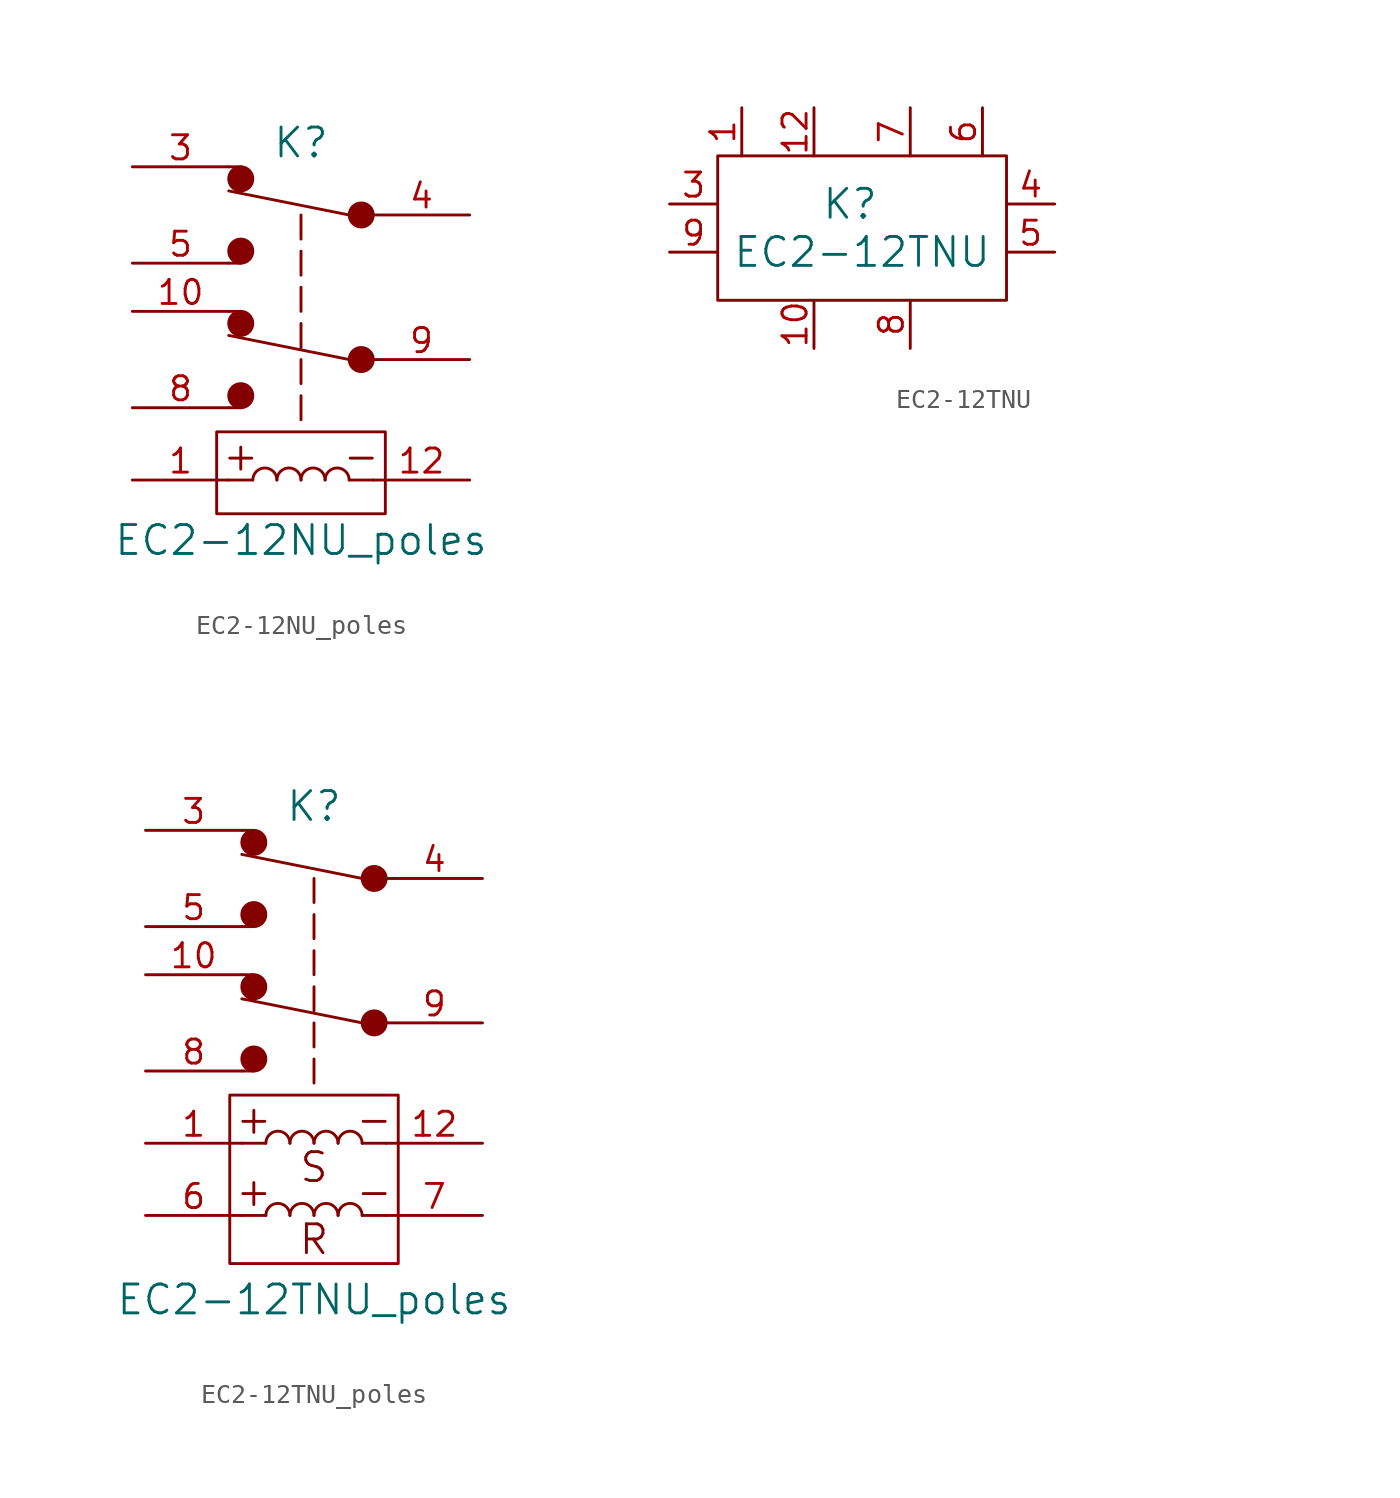
<source format=kicad_sym>
(kicad_symbol_lib
  (version 20211014)
  (generator kicad_symbol_editor)
  (symbol "EC2-12NU_poles"
    (pin_names
      (offset 1.016))
    (property "Reference" "K"
      (at 0 10.16 0)
      (effects (font (size 1.524 1.524))))
    (property "Value" "EC2-12NU_poles"
      (at 0 -10.795 0)
      (effects (font (size 1.524 1.524))))
    (property "Footprint" ""
      (at 0 -1.27 0)
      (effects (font (size 1.524 1.524))))
    (property "Datasheet" ""
      (at 0 -1.27 0)
      (effects (font (size 1.524 1.524))))
    (symbol "EC2-12NU_poles_0_0"
      (text "+" (at -3.175 -6.35 0) (effects (font (size 1.524 1.524))))
      (text "-" (at 3.175 -6.35 0) (effects (font (size 1.524 1.524)))))
    (symbol "EC2-12NU_poles_0_1"
      (rectangle (start -4.445 -5.08) (end 4.445 -9.398) (stroke (width 0) (type default) (color 0 0 0 0)) (fill (type none)))
      (circle (center -3.175 -3.175) (radius 0.635) (stroke (width 0) (type default) (color 0 0 0 0)) (fill (type outline)))
      (circle (center -3.175 0.635) (radius 0.635) (stroke (width 0) (type default) (color 0 0 0 0)) (fill (type outline)))
      (circle (center -3.175 4.445) (radius 0.635) (stroke (width 0) (type default) (color 0 0 0 0)) (fill (type outline)))
      (circle (center -3.175 8.255) (radius 0.635) (stroke (width 0) (type default) (color 0 0 0 0)) (fill (type outline)))
      (arc (start -1.27 -7.62) (mid -1.905 -6.985) (end -2.54 -7.62) (stroke (width 0) (type default) (color 0 0 0 0)) (fill (type none)))
      (arc (start 0 -7.62) (mid -0.635 -6.985) (end -1.27 -7.62) (stroke (width 0) (type default) (color 0 0 0 0)) (fill (type none)))
      (polyline (pts (xy -3.81 -7.62) (xy -2.54 -7.62)) (stroke (width 0) (type default) (color 0 0 0 0)) (fill (type none)))
      (polyline (pts (xy -3.81 1.27) (xy -3.175 1.27)) (stroke (width 0) (type default) (color 0 0 0 0)) (fill (type none)))
      (polyline (pts (xy -3.81 8.89) (xy -3.175 8.89)) (stroke (width 0) (type default) (color 0 0 0 0)) (fill (type none)))
      (polyline (pts (xy -3.175 -3.81) (xy -3.81 -3.81)) (stroke (width 0) (type default) (color 0 0 0 0)) (fill (type none)))
      (polyline (pts (xy -3.175 3.81) (xy -3.81 3.81)) (stroke (width 0) (type default) (color 0 0 0 0)) (fill (type none)))
      (polyline (pts (xy 0 -3.175) (xy 0 -4.445)) (stroke (width 0) (type default) (color 0 0 0 0)) (fill (type none)))
      (polyline (pts (xy 0 -1.27) (xy 0 -2.54)) (stroke (width 0) (type default) (color 0 0 0 0)) (fill (type none)))
      (polyline (pts (xy 0 0.635) (xy 0 -0.635)) (stroke (width 0) (type default) (color 0 0 0 0)) (fill (type none)))
      (polyline (pts (xy 0 2.54) (xy 0 1.27)) (stroke (width 0) (type default) (color 0 0 0 0)) (fill (type none)))
      (polyline (pts (xy 0 4.445) (xy 0 3.175)) (stroke (width 0) (type default) (color 0 0 0 0)) (fill (type none)))
      (polyline (pts (xy 0 6.35) (xy 0 5.08)) (stroke (width 0) (type default) (color 0 0 0 0)) (fill (type none)))
      (polyline (pts (xy 2.54 -7.62) (xy 3.81 -7.62)) (stroke (width 0) (type default) (color 0 0 0 0)) (fill (type none)))
      (polyline (pts (xy 2.54 -1.27) (xy -3.81 0)) (stroke (width 0) (type default) (color 0 0 0 0)) (fill (type none)))
      (polyline (pts (xy 2.54 6.35) (xy -3.81 7.62)) (stroke (width 0) (type default) (color 0 0 0 0)) (fill (type none)))
      (arc (start 1.27 -7.62) (mid 0.635 -6.985) (end 0 -7.62) (stroke (width 0) (type default) (color 0 0 0 0)) (fill (type none)))
      (arc (start 2.54 -7.62) (mid 1.905 -6.985) (end 1.27 -7.62) (stroke (width 0) (type default) (color 0 0 0 0)) (fill (type none)))
      (circle (center 3.175 -1.27) (radius 0.635) (stroke (width 0) (type default) (color 0 0 0 0)) (fill (type outline)))
      (circle (center 3.175 6.35) (radius 0.635) (stroke (width 0) (type default) (color 0 0 0 0)) (fill (type outline))))
    (symbol "EC2-12NU_poles_1_1"
      (pin output line (at -8.89 -7.62 0) (length 5.08) (name "~" (effects (font (size 1.27 1.27)))) (number "1" (effects (font (size 1.27 1.27)))))
      (pin passive line (at -8.89 1.27 0) (length 5.08) (name "~" (effects (font (size 1.27 1.27)))) (number "10" (effects (font (size 1.27 1.27)))))
      (pin passive line (at 8.89 -7.62 180) (length 5.08) (name "~" (effects (font (size 1.27 1.27)))) (number "12" (effects (font (size 1.27 1.27)))))
      (pin passive line (at -8.89 8.89 0) (length 5.08) (name "~" (effects (font (size 1.27 1.27)))) (number "3" (effects (font (size 1.27 1.27)))))
      (pin passive line (at 8.89 6.35 180) (length 5.08) (name "~" (effects (font (size 1.27 1.27)))) (number "4" (effects (font (size 1.27 1.27)))))
      (pin passive line (at -8.89 3.81 0) (length 5.08) (name "~" (effects (font (size 1.27 1.27)))) (number "5" (effects (font (size 1.27 1.27)))))
      (pin passive line (at -8.89 -3.81 0) (length 5.08) (name "~" (effects (font (size 1.27 1.27)))) (number "8" (effects (font (size 1.27 1.27)))))
      (pin passive line (at 8.89 -1.27 180) (length 5.08) (name "~" (effects (font (size 1.27 1.27)))) (number "9" (effects (font (size 1.27 1.27)))))))
  (symbol "EC2-12TNU"
    (pin_names
      (offset 1.016))
    (property "Reference" "K"
      (at -0.635 1.27 0)
      (effects (font (size 1.524 1.524))))
    (property "Value" "EC2-12TNU"
      (at 0 -1.27 0)
      (effects (font (size 1.524 1.524))))
    (property "Footprint" ""
      (at 20.955 0 0)
      (effects (font (size 1.524 1.524))))
    (property "Datasheet" ""
      (at 20.955 0 0)
      (effects (font (size 1.524 1.524))))
    (symbol "EC2-12TNU_0_1"
      (rectangle (start -7.62 3.81) (end 7.62 -3.81) (stroke (width 0) (type default) (color 0 0 0 0)) (fill (type none))))
    (symbol "EC2-12TNU_1_1"
      (pin input line (at -6.35 6.35 270) (length 2.54) (name "~" (effects (font (size 0 0)))) (number "1" (effects (font (size 1.27 1.27)))))
      (pin passive line (at -2.54 -6.35 90) (length 2.54) (name "~" (effects (font (size 0 0)))) (number "10" (effects (font (size 1.27 1.27)))))
      (pin output line (at -2.54 6.35 270) (length 2.54) (name "~" (effects (font (size 0 0)))) (number "12" (effects (font (size 1.27 1.27)))))
      (pin passive line (at -10.16 1.27 0) (length 2.54) (name "~" (effects (font (size 0 0)))) (number "3" (effects (font (size 1.27 1.27)))))
      (pin passive line (at 10.16 1.27 180) (length 2.54) (name "~" (effects (font (size 0 0)))) (number "4" (effects (font (size 1.27 1.27)))))
      (pin passive line (at 10.16 -1.27 180) (length 2.54) (name "~" (effects (font (size 0 0)))) (number "5" (effects (font (size 1.27 1.27)))))
      (pin input line (at 6.35 6.35 270) (length 2.54) (name "~" (effects (font (size 0 0)))) (number "6" (effects (font (size 1.27 1.27)))))
      (pin output line (at 2.54 6.35 270) (length 2.54) (name "~" (effects (font (size 0 0)))) (number "7" (effects (font (size 1.27 1.27)))))
      (pin passive line (at 2.54 -6.35 90) (length 2.54) (name "~" (effects (font (size 0 0)))) (number "8" (effects (font (size 1.27 1.27)))))
      (pin passive line (at -10.16 -1.27 0) (length 2.54) (name "~" (effects (font (size 0 0)))) (number "9" (effects (font (size 1.27 1.27)))))))
  (symbol "EC2-12TNU_poles"
    (pin_names
      (offset 1.016))
    (property "Reference" "K"
      (at 0 10.16 0)
      (effects (font (size 1.524 1.524))))
    (property "Value" "EC2-12TNU_poles"
      (at 0 -15.875 0)
      (effects (font (size 1.524 1.524))))
    (property "Footprint" ""
      (at 0 -1.27 0)
      (effects (font (size 1.524 1.524))))
    (property "Datasheet" ""
      (at 0 -1.27 0)
      (effects (font (size 1.524 1.524))))
    (symbol "EC2-12TNU_poles_0_0"
      (text "+" (at -3.175 -10.16 0) (effects (font (size 1.524 1.524))))
      (text "+" (at -3.175 -6.35 0) (effects (font (size 1.524 1.524))))
      (text "-" (at 3.175 -10.16 0) (effects (font (size 1.524 1.524))))
      (text "-" (at 3.175 -6.35 0) (effects (font (size 1.524 1.524))))
      (text "R" (at 0 -12.7 0) (effects (font (size 1.524 1.524))))
      (text "S" (at 0 -8.89 0) (effects (font (size 1.524 1.524)))))
    (symbol "EC2-12TNU_poles_0_1"
      (rectangle (start -4.445 -5.08) (end 4.445 -13.97) (stroke (width 0) (type default) (color 0 0 0 0)) (fill (type none)))
      (circle (center -3.175 -3.175) (radius 0.635) (stroke (width 0) (type default) (color 0 0 0 0)) (fill (type outline)))
      (circle (center -3.175 0.635) (radius 0.635) (stroke (width 0) (type default) (color 0 0 0 0)) (fill (type outline)))
      (circle (center -3.175 4.445) (radius 0.635) (stroke (width 0) (type default) (color 0 0 0 0)) (fill (type outline)))
      (circle (center -3.175 8.255) (radius 0.635) (stroke (width 0) (type default) (color 0 0 0 0)) (fill (type outline)))
      (arc (start -1.27 -11.43) (mid -1.905 -10.795) (end -2.54 -11.43) (stroke (width 0) (type default) (color 0 0 0 0)) (fill (type none)))
      (arc (start -1.27 -7.62) (mid -1.905 -6.985) (end -2.54 -7.62) (stroke (width 0) (type default) (color 0 0 0 0)) (fill (type none)))
      (arc (start 0 -11.43) (mid -0.635 -10.795) (end -1.27 -11.43) (stroke (width 0) (type default) (color 0 0 0 0)) (fill (type none)))
      (arc (start 0 -7.62) (mid -0.635 -6.985) (end -1.27 -7.62) (stroke (width 0) (type default) (color 0 0 0 0)) (fill (type none)))
      (polyline (pts (xy -3.81 -7.62) (xy -2.54 -7.62)) (stroke (width 0) (type default) (color 0 0 0 0)) (fill (type none)))
      (polyline (pts (xy -3.81 1.27) (xy -3.175 1.27)) (stroke (width 0) (type default) (color 0 0 0 0)) (fill (type none)))
      (polyline (pts (xy -3.81 8.89) (xy -3.175 8.89)) (stroke (width 0) (type default) (color 0 0 0 0)) (fill (type none)))
      (polyline (pts (xy -3.175 -3.81) (xy -3.81 -3.81)) (stroke (width 0) (type default) (color 0 0 0 0)) (fill (type none)))
      (polyline (pts (xy -3.175 3.81) (xy -3.81 3.81)) (stroke (width 0) (type default) (color 0 0 0 0)) (fill (type none)))
      (polyline (pts (xy -2.54 -11.43) (xy -3.81 -11.43)) (stroke (width 0) (type default) (color 0 0 0 0)) (fill (type none)))
      (polyline (pts (xy 0 -3.175) (xy 0 -4.445)) (stroke (width 0) (type default) (color 0 0 0 0)) (fill (type none)))
      (polyline (pts (xy 0 -1.27) (xy 0 -2.54)) (stroke (width 0) (type default) (color 0 0 0 0)) (fill (type none)))
      (polyline (pts (xy 0 0.635) (xy 0 -0.635)) (stroke (width 0) (type default) (color 0 0 0 0)) (fill (type none)))
      (polyline (pts (xy 0 2.54) (xy 0 1.27)) (stroke (width 0) (type default) (color 0 0 0 0)) (fill (type none)))
      (polyline (pts (xy 0 4.445) (xy 0 3.175)) (stroke (width 0) (type default) (color 0 0 0 0)) (fill (type none)))
      (polyline (pts (xy 0 6.35) (xy 0 5.08)) (stroke (width 0) (type default) (color 0 0 0 0)) (fill (type none)))
      (polyline (pts (xy 2.54 -7.62) (xy 3.81 -7.62)) (stroke (width 0) (type default) (color 0 0 0 0)) (fill (type none)))
      (polyline (pts (xy 2.54 -1.27) (xy -3.81 0)) (stroke (width 0) (type default) (color 0 0 0 0)) (fill (type none)))
      (polyline (pts (xy 2.54 6.35) (xy -3.81 7.62)) (stroke (width 0) (type default) (color 0 0 0 0)) (fill (type none)))
      (polyline (pts (xy 3.81 -11.43) (xy 2.54 -11.43)) (stroke (width 0) (type default) (color 0 0 0 0)) (fill (type none)))
      (arc (start 1.27 -11.43) (mid 0.635 -10.795) (end 0 -11.43) (stroke (width 0) (type default) (color 0 0 0 0)) (fill (type none)))
      (arc (start 1.27 -7.62) (mid 0.635 -6.985) (end 0 -7.62) (stroke (width 0) (type default) (color 0 0 0 0)) (fill (type none)))
      (arc (start 2.54 -11.43) (mid 1.905 -10.795) (end 1.27 -11.43) (stroke (width 0) (type default) (color 0 0 0 0)) (fill (type none)))
      (arc (start 2.54 -7.62) (mid 1.905 -6.985) (end 1.27 -7.62) (stroke (width 0) (type default) (color 0 0 0 0)) (fill (type none)))
      (circle (center 3.175 -1.27) (radius 0.635) (stroke (width 0) (type default) (color 0 0 0 0)) (fill (type outline)))
      (circle (center 3.175 6.35) (radius 0.635) (stroke (width 0) (type default) (color 0 0 0 0)) (fill (type outline))))
    (symbol "EC2-12TNU_poles_1_1"
      (pin output line (at -8.89 -7.62 0) (length 5.08) (name "~" (effects (font (size 1.27 1.27)))) (number "1" (effects (font (size 1.27 1.27)))))
      (pin passive line (at -8.89 1.27 0) (length 5.08) (name "~" (effects (font (size 1.27 1.27)))) (number "10" (effects (font (size 1.27 1.27)))))
      (pin passive line (at 8.89 -7.62 180) (length 5.08) (name "~" (effects (font (size 1.27 1.27)))) (number "12" (effects (font (size 1.27 1.27)))))
      (pin passive line (at -8.89 8.89 0) (length 5.08) (name "~" (effects (font (size 1.27 1.27)))) (number "3" (effects (font (size 1.27 1.27)))))
      (pin passive line (at 8.89 6.35 180) (length 5.08) (name "~" (effects (font (size 1.27 1.27)))) (number "4" (effects (font (size 1.27 1.27)))))
      (pin passive line (at -8.89 3.81 0) (length 5.08) (name "~" (effects (font (size 1.27 1.27)))) (number "5" (effects (font (size 1.27 1.27)))))
      (pin output line (at -8.89 -11.43 0) (length 5.08) (name "~" (effects (font (size 1.27 1.27)))) (number "6" (effects (font (size 1.27 1.27)))))
      (pin passive line (at 8.89 -11.43 180) (length 5.08) (name "~" (effects (font (size 1.27 1.27)))) (number "7" (effects (font (size 1.27 1.27)))))
      (pin passive line (at -8.89 -3.81 0) (length 5.08) (name "~" (effects (font (size 1.27 1.27)))) (number "8" (effects (font (size 1.27 1.27)))))
      (pin passive line (at 8.89 -1.27 180) (length 5.08) (name "~" (effects (font (size 1.27 1.27)))) (number "9" (effects (font (size 1.27 1.27))))))))
</source>
